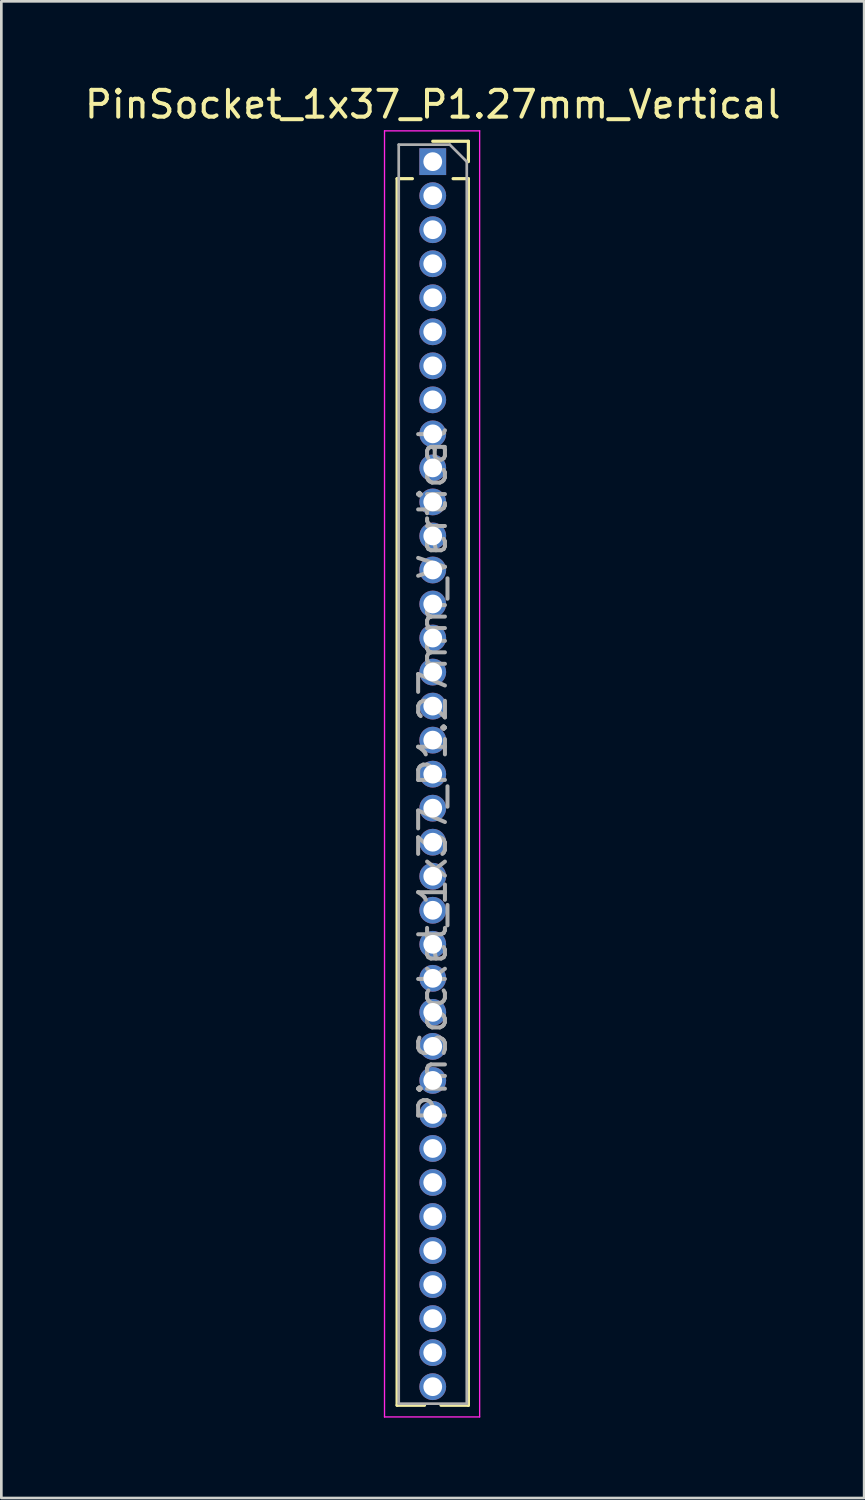
<source format=kicad_pcb>
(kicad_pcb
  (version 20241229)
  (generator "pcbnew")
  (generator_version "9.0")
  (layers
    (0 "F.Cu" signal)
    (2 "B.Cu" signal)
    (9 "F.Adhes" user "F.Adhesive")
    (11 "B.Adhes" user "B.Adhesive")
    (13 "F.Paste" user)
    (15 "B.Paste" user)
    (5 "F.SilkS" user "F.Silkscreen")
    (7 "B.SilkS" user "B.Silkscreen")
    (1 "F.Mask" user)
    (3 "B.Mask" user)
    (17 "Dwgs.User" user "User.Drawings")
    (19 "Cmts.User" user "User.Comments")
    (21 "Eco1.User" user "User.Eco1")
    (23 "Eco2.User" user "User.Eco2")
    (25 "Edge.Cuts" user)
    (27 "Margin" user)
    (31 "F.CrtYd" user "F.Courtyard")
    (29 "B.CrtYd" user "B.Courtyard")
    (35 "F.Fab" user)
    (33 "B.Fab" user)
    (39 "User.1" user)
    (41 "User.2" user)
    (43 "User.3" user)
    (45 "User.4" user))
  (footprint "PinSocket_1x37_P1.27mm_Vertical"
    (layer "F.Cu")
    (at 13.101 2.983)
    (property "Reference" "PinSocket_1x37_P1.27mm_Vertical" (at 0 -2.135 0) (layer "F.SilkS") (effects (font (size 1 1) (thickness 0.15))))
    (attr through_hole)
    (fp_line (start -1.33 0.635) (end -1.33 46.415) (stroke (width 0.12) (type solid)) (layer "F.SilkS"))
    (fp_line (start -1.33 0.635) (end -0.76 0.635) (stroke (width 0.12) (type solid)) (layer "F.SilkS"))
    (fp_line (start -1.33 46.415) (end -0.308 46.415) (stroke (width 0.12) (type solid)) (layer "F.SilkS"))
    (fp_line (start 0 -0.76) (end 1.33 -0.76) (stroke (width 0.12) (type solid)) (layer "F.SilkS"))
    (fp_line (start 0.308 46.415) (end 1.33 46.415) (stroke (width 0.12) (type solid)) (layer "F.SilkS"))
    (fp_line (start 0.76 0.635) (end 1.33 0.635) (stroke (width 0.12) (type solid)) (layer "F.SilkS"))
    (fp_line (start 1.33 -0.76) (end 1.33 0) (stroke (width 0.12) (type solid)) (layer "F.SilkS"))
    (fp_line (start 1.33 0.635) (end 1.33 46.415) (stroke (width 0.12) (type solid)) (layer "F.SilkS"))
    (fp_line (start -1.8 -1.15) (end 1.75 -1.15) (stroke (width 0.05) (type solid)) (layer "F.CrtYd"))
    (fp_line (start -1.8 46.85) (end -1.8 -1.15) (stroke (width 0.05) (type solid)) (layer "F.CrtYd"))
    (fp_line (start 1.75 -1.15) (end 1.75 46.85) (stroke (width 0.05) (type solid)) (layer "F.CrtYd"))
    (fp_line (start 1.75 46.85) (end -1.8 46.85) (stroke (width 0.05) (type solid)) (layer "F.CrtYd"))
    (fp_line (start -1.27 -0.635) (end 0.635 -0.635) (stroke (width 0.1) (type solid)) (layer "F.Fab"))
    (fp_line (start -1.27 46.355) (end -1.27 -0.635) (stroke (width 0.1) (type solid)) (layer "F.Fab"))
    (fp_line (start 0.635 -0.635) (end 1.27 0) (stroke (width 0.1) (type solid)) (layer "F.Fab"))
    (fp_line (start 1.27 0) (end 1.27 46.355) (stroke (width 0.1) (type solid)) (layer "F.Fab"))
    (fp_line (start 1.27 46.355) (end -1.27 46.355) (stroke (width 0.1) (type solid)) (layer "F.Fab"))
    (fp_text user "${REFERENCE}" (at 0 22.86 90) (layer "F.Fab") (effects (font (size 1 1) (thickness 0.15))))
    (pad "1" thru_hole rect (at 0 0) (size 1 1) (drill 0.7) (layers "*.Cu" "*.Mask"))
    (pad "2" thru_hole oval (at 0 1.27) (size 1 1) (drill 0.7) (layers "*.Cu" "*.Mask"))
    (pad "3" thru_hole oval (at 0 2.54) (size 1 1) (drill 0.7) (layers "*.Cu" "*.Mask"))
    (pad "4" thru_hole oval (at 0 3.81) (size 1 1) (drill 0.7) (layers "*.Cu" "*.Mask"))
    (pad "5" thru_hole oval (at 0 5.08) (size 1 1) (drill 0.7) (layers "*.Cu" "*.Mask"))
    (pad "6" thru_hole oval (at 0 6.35) (size 1 1) (drill 0.7) (layers "*.Cu" "*.Mask"))
    (pad "7" thru_hole oval (at 0 7.62) (size 1 1) (drill 0.7) (layers "*.Cu" "*.Mask"))
    (pad "8" thru_hole oval (at 0 8.89) (size 1 1) (drill 0.7) (layers "*.Cu" "*.Mask"))
    (pad "9" thru_hole oval (at 0 10.16) (size 1 1) (drill 0.7) (layers "*.Cu" "*.Mask"))
    (pad "10" thru_hole oval (at 0 11.43) (size 1 1) (drill 0.7) (layers "*.Cu" "*.Mask"))
    (pad "11" thru_hole oval (at 0 12.7) (size 1 1) (drill 0.7) (layers "*.Cu" "*.Mask"))
    (pad "12" thru_hole oval (at 0 13.97) (size 1 1) (drill 0.7) (layers "*.Cu" "*.Mask"))
    (pad "13" thru_hole oval (at 0 15.24) (size 1 1) (drill 0.7) (layers "*.Cu" "*.Mask"))
    (pad "14" thru_hole oval (at 0 16.51) (size 1 1) (drill 0.7) (layers "*.Cu" "*.Mask"))
    (pad "15" thru_hole oval (at 0 17.78) (size 1 1) (drill 0.7) (layers "*.Cu" "*.Mask"))
    (pad "16" thru_hole oval (at 0 19.05) (size 1 1) (drill 0.7) (layers "*.Cu" "*.Mask"))
    (pad "17" thru_hole oval (at 0 20.32) (size 1 1) (drill 0.7) (layers "*.Cu" "*.Mask"))
    (pad "18" thru_hole oval (at 0 21.59) (size 1 1) (drill 0.7) (layers "*.Cu" "*.Mask"))
    (pad "19" thru_hole oval (at 0 22.86) (size 1 1) (drill 0.7) (layers "*.Cu" "*.Mask"))
    (pad "20" thru_hole oval (at 0 24.13) (size 1 1) (drill 0.7) (layers "*.Cu" "*.Mask"))
    (pad "21" thru_hole oval (at 0 25.4) (size 1 1) (drill 0.7) (layers "*.Cu" "*.Mask"))
    (pad "22" thru_hole oval (at 0 26.67) (size 1 1) (drill 0.7) (layers "*.Cu" "*.Mask"))
    (pad "23" thru_hole oval (at 0 27.94) (size 1 1) (drill 0.7) (layers "*.Cu" "*.Mask"))
    (pad "24" thru_hole oval (at 0 29.21) (size 1 1) (drill 0.7) (layers "*.Cu" "*.Mask"))
    (pad "25" thru_hole oval (at 0 30.48) (size 1 1) (drill 0.7) (layers "*.Cu" "*.Mask"))
    (pad "26" thru_hole oval (at 0 31.75) (size 1 1) (drill 0.7) (layers "*.Cu" "*.Mask"))
    (pad "27" thru_hole oval (at 0 33.02) (size 1 1) (drill 0.7) (layers "*.Cu" "*.Mask"))
    (pad "28" thru_hole oval (at 0 34.29) (size 1 1) (drill 0.7) (layers "*.Cu" "*.Mask"))
    (pad "29" thru_hole oval (at 0 35.56) (size 1 1) (drill 0.7) (layers "*.Cu" "*.Mask"))
    (pad "30" thru_hole oval (at 0 36.83) (size 1 1) (drill 0.7) (layers "*.Cu" "*.Mask"))
    (pad "31" thru_hole oval (at 0 38.1) (size 1 1) (drill 0.7) (layers "*.Cu" "*.Mask"))
    (pad "32" thru_hole oval (at 0 39.37) (size 1 1) (drill 0.7) (layers "*.Cu" "*.Mask"))
    (pad "33" thru_hole oval (at 0 40.64) (size 1 1) (drill 0.7) (layers "*.Cu" "*.Mask"))
    (pad "34" thru_hole oval (at 0 41.91) (size 1 1) (drill 0.7) (layers "*.Cu" "*.Mask"))
    (pad "35" thru_hole oval (at 0 43.18) (size 1 1) (drill 0.7) (layers "*.Cu" "*.Mask"))
    (pad "36" thru_hole oval (at 0 44.45) (size 1 1) (drill 0.7) (layers "*.Cu" "*.Mask"))
    (pad "37" thru_hole oval (at 0 45.72) (size 1 1) (drill 0.7) (layers "*.Cu" "*.Mask")))
  (gr_rect
    (start -3 -3)
    (end 29.202 52.858)
    (stroke (width 0.1) (type default))
    (fill no)
    (layer "Edge.Cuts")))
</source>
